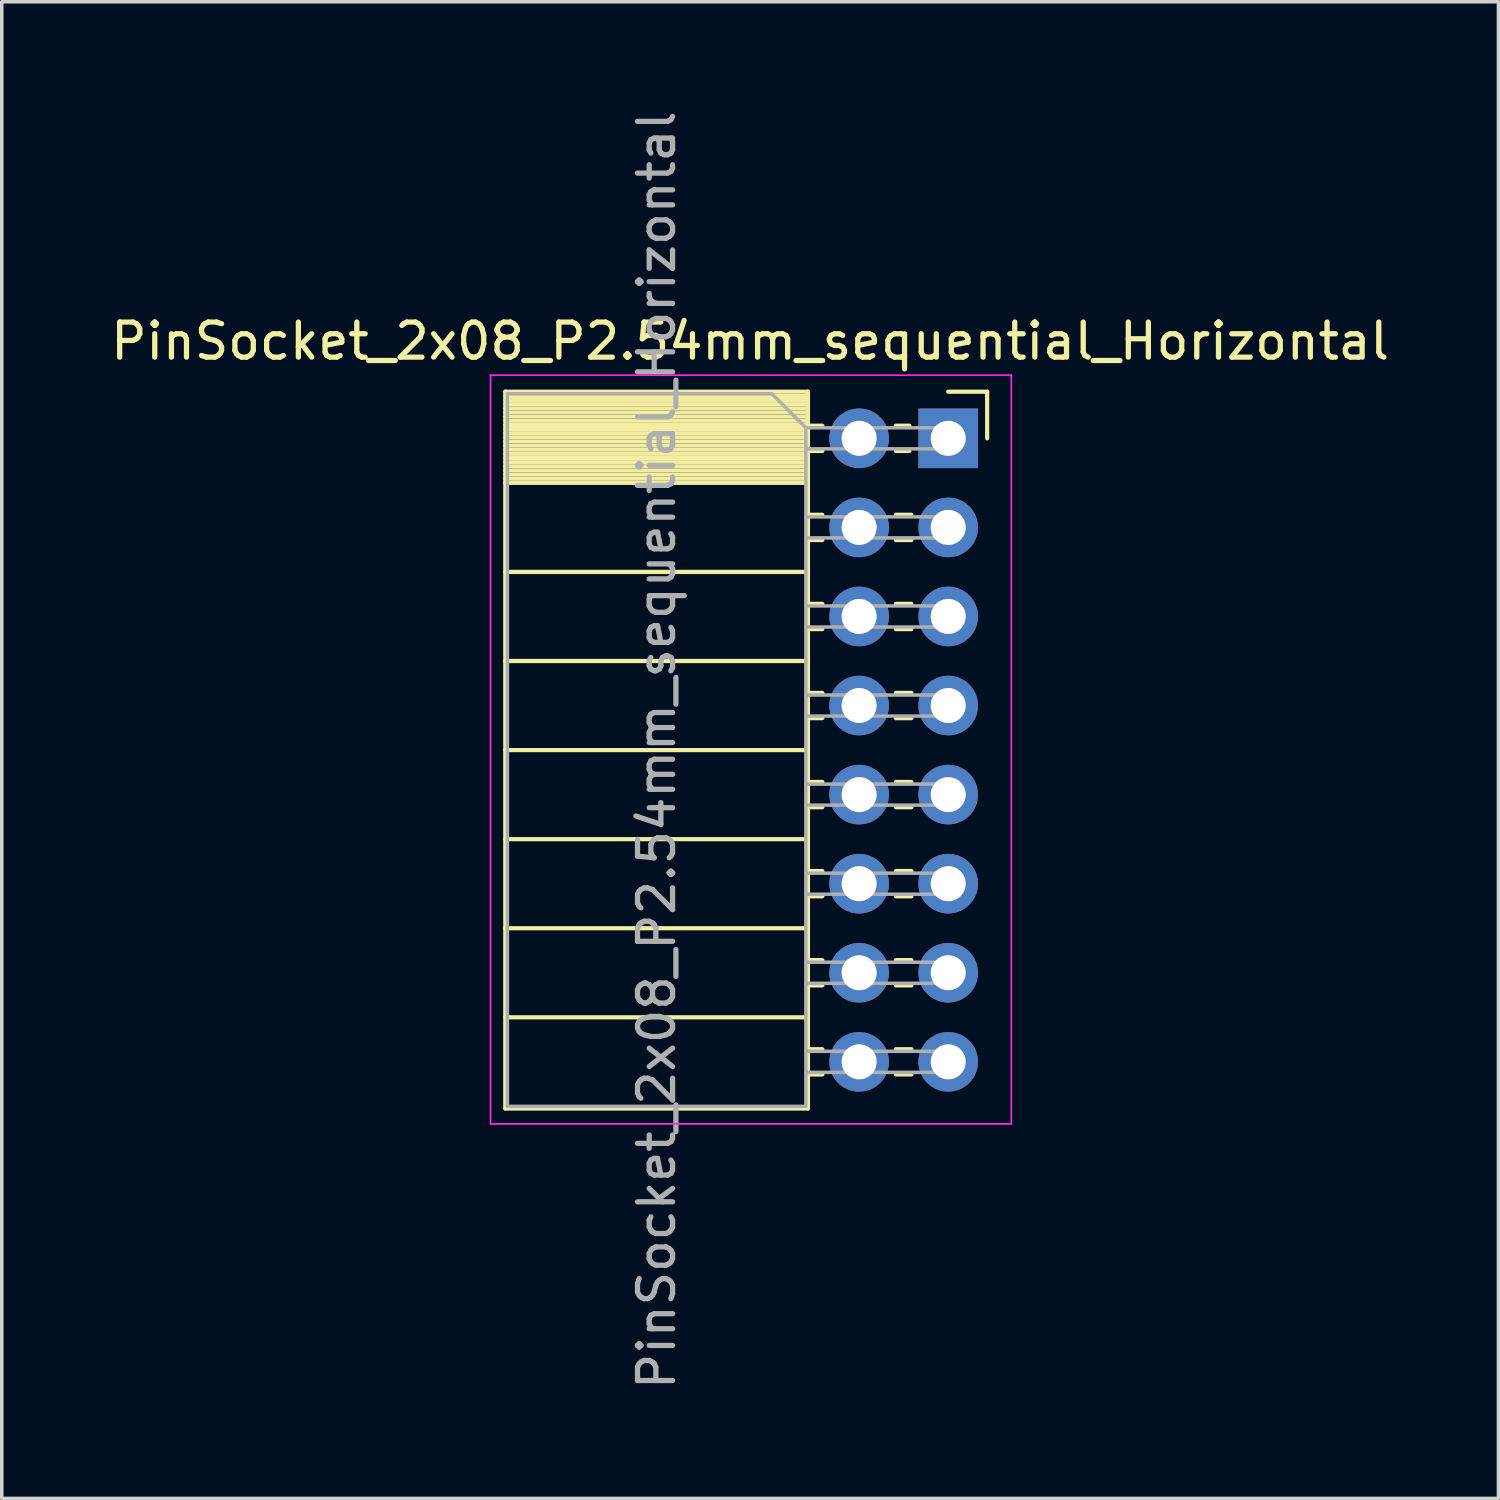
<source format=kicad_pcb>
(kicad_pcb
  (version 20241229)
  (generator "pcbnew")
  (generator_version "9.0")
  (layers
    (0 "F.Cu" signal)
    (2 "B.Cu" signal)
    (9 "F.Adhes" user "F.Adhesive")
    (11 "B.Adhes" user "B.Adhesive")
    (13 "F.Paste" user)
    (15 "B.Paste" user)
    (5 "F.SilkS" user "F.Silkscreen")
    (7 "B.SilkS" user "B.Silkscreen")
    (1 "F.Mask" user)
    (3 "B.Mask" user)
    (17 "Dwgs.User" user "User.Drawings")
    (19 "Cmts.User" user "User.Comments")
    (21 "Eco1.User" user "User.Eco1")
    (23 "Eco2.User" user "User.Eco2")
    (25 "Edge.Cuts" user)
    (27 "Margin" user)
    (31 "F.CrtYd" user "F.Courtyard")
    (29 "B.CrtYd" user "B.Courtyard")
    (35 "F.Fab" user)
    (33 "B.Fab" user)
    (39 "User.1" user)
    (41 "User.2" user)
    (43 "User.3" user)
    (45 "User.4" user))
  (footprint "PinSocket_2x08_P2.54mm_sequential_Horizontal"
    (layer "F.Cu")
    (at 23.989 9.449)
    (property "Reference" "PinSocket_2x08_P2.54mm_sequential_Horizontal" (at -5.65 -2.77 0) (layer "F.SilkS") (effects (font (size 1 1) (thickness 0.15))))
    (attr through_hole)
    (fp_line (start -12.63 -1.33) (end -12.63 19.11) (stroke (width 0.12) (type solid)) (layer "F.SilkS"))
    (fp_line (start -12.63 -1.33) (end -4 -1.33) (stroke (width 0.12) (type solid)) (layer "F.SilkS"))
    (fp_line (start -12.63 -1.21) (end -4 -1.21) (stroke (width 0.12) (type solid)) (layer "F.SilkS"))
    (fp_line (start -12.63 -1.092) (end -4 -1.092) (stroke (width 0.12) (type solid)) (layer "F.SilkS"))
    (fp_line (start -12.63 -0.974) (end -4 -0.974) (stroke (width 0.12) (type solid)) (layer "F.SilkS"))
    (fp_line (start -12.63 -0.856) (end -4 -0.856) (stroke (width 0.12) (type solid)) (layer "F.SilkS"))
    (fp_line (start -12.63 -0.738) (end -4 -0.738) (stroke (width 0.12) (type solid)) (layer "F.SilkS"))
    (fp_line (start -12.63 -0.62) (end -4 -0.62) (stroke (width 0.12) (type solid)) (layer "F.SilkS"))
    (fp_line (start -12.63 -0.501) (end -4 -0.501) (stroke (width 0.12) (type solid)) (layer "F.SilkS"))
    (fp_line (start -12.63 -0.383) (end -4 -0.383) (stroke (width 0.12) (type solid)) (layer "F.SilkS"))
    (fp_line (start -12.63 -0.265) (end -4 -0.265) (stroke (width 0.12) (type solid)) (layer "F.SilkS"))
    (fp_line (start -12.63 -0.147) (end -4 -0.147) (stroke (width 0.12) (type solid)) (layer "F.SilkS"))
    (fp_line (start -12.63 -0.029) (end -4 -0.029) (stroke (width 0.12) (type solid)) (layer "F.SilkS"))
    (fp_line (start -12.63 0.089) (end -4 0.089) (stroke (width 0.12) (type solid)) (layer "F.SilkS"))
    (fp_line (start -12.63 0.207) (end -4 0.207) (stroke (width 0.12) (type solid)) (layer "F.SilkS"))
    (fp_line (start -12.63 0.325) (end -4 0.325) (stroke (width 0.12) (type solid)) (layer "F.SilkS"))
    (fp_line (start -12.63 0.443) (end -4 0.443) (stroke (width 0.12) (type solid)) (layer "F.SilkS"))
    (fp_line (start -12.63 0.561) (end -4 0.561) (stroke (width 0.12) (type solid)) (layer "F.SilkS"))
    (fp_line (start -12.63 0.68) (end -4 0.68) (stroke (width 0.12) (type solid)) (layer "F.SilkS"))
    (fp_line (start -12.63 0.798) (end -4 0.798) (stroke (width 0.12) (type solid)) (layer "F.SilkS"))
    (fp_line (start -12.63 0.916) (end -4 0.916) (stroke (width 0.12) (type solid)) (layer "F.SilkS"))
    (fp_line (start -12.63 1.034) (end -4 1.034) (stroke (width 0.12) (type solid)) (layer "F.SilkS"))
    (fp_line (start -12.63 1.152) (end -4 1.152) (stroke (width 0.12) (type solid)) (layer "F.SilkS"))
    (fp_line (start -12.63 1.27) (end -4 1.27) (stroke (width 0.12) (type solid)) (layer "F.SilkS"))
    (fp_line (start -12.63 3.81) (end -4 3.81) (stroke (width 0.12) (type solid)) (layer "F.SilkS"))
    (fp_line (start -12.63 6.35) (end -4 6.35) (stroke (width 0.12) (type solid)) (layer "F.SilkS"))
    (fp_line (start -12.63 8.89) (end -4 8.89) (stroke (width 0.12) (type solid)) (layer "F.SilkS"))
    (fp_line (start -12.63 11.43) (end -4 11.43) (stroke (width 0.12) (type solid)) (layer "F.SilkS"))
    (fp_line (start -12.63 13.97) (end -4 13.97) (stroke (width 0.12) (type solid)) (layer "F.SilkS"))
    (fp_line (start -12.63 16.51) (end -4 16.51) (stroke (width 0.12) (type solid)) (layer "F.SilkS"))
    (fp_line (start -12.63 19.11) (end -4 19.11) (stroke (width 0.12) (type solid)) (layer "F.SilkS"))
    (fp_line (start -4 -1.33) (end -4 19.11) (stroke (width 0.12) (type solid)) (layer "F.SilkS"))
    (fp_line (start -4 -0.36) (end -3.59 -0.36) (stroke (width 0.12) (type solid)) (layer "F.SilkS"))
    (fp_line (start -4 0.36) (end -3.59 0.36) (stroke (width 0.12) (type solid)) (layer "F.SilkS"))
    (fp_line (start -4 2.18) (end -3.59 2.18) (stroke (width 0.12) (type solid)) (layer "F.SilkS"))
    (fp_line (start -4 2.9) (end -3.59 2.9) (stroke (width 0.12) (type solid)) (layer "F.SilkS"))
    (fp_line (start -4 4.72) (end -3.59 4.72) (stroke (width 0.12) (type solid)) (layer "F.SilkS"))
    (fp_line (start -4 5.44) (end -3.59 5.44) (stroke (width 0.12) (type solid)) (layer "F.SilkS"))
    (fp_line (start -4 7.26) (end -3.59 7.26) (stroke (width 0.12) (type solid)) (layer "F.SilkS"))
    (fp_line (start -4 7.98) (end -3.59 7.98) (stroke (width 0.12) (type solid)) (layer "F.SilkS"))
    (fp_line (start -4 9.8) (end -3.59 9.8) (stroke (width 0.12) (type solid)) (layer "F.SilkS"))
    (fp_line (start -4 10.52) (end -3.59 10.52) (stroke (width 0.12) (type solid)) (layer "F.SilkS"))
    (fp_line (start -4 12.34) (end -3.59 12.34) (stroke (width 0.12) (type solid)) (layer "F.SilkS"))
    (fp_line (start -4 13.06) (end -3.59 13.06) (stroke (width 0.12) (type solid)) (layer "F.SilkS"))
    (fp_line (start -4 14.88) (end -3.59 14.88) (stroke (width 0.12) (type solid)) (layer "F.SilkS"))
    (fp_line (start -4 15.6) (end -3.59 15.6) (stroke (width 0.12) (type solid)) (layer "F.SilkS"))
    (fp_line (start -4 17.42) (end -3.59 17.42) (stroke (width 0.12) (type solid)) (layer "F.SilkS"))
    (fp_line (start -4 18.14) (end -3.59 18.14) (stroke (width 0.12) (type solid)) (layer "F.SilkS"))
    (fp_line (start -1.49 -0.36) (end -1.11 -0.36) (stroke (width 0.12) (type solid)) (layer "F.SilkS"))
    (fp_line (start -1.49 0.36) (end -1.11 0.36) (stroke (width 0.12) (type solid)) (layer "F.SilkS"))
    (fp_line (start -1.49 2.18) (end -1.05 2.18) (stroke (width 0.12) (type solid)) (layer "F.SilkS"))
    (fp_line (start -1.49 2.9) (end -1.05 2.9) (stroke (width 0.12) (type solid)) (layer "F.SilkS"))
    (fp_line (start -1.49 4.72) (end -1.05 4.72) (stroke (width 0.12) (type solid)) (layer "F.SilkS"))
    (fp_line (start -1.49 5.44) (end -1.05 5.44) (stroke (width 0.12) (type solid)) (layer "F.SilkS"))
    (fp_line (start -1.49 7.26) (end -1.05 7.26) (stroke (width 0.12) (type solid)) (layer "F.SilkS"))
    (fp_line (start -1.49 7.98) (end -1.05 7.98) (stroke (width 0.12) (type solid)) (layer "F.SilkS"))
    (fp_line (start -1.49 9.8) (end -1.05 9.8) (stroke (width 0.12) (type solid)) (layer "F.SilkS"))
    (fp_line (start -1.49 10.52) (end -1.05 10.52) (stroke (width 0.12) (type solid)) (layer "F.SilkS"))
    (fp_line (start -1.49 12.34) (end -1.05 12.34) (stroke (width 0.12) (type solid)) (layer "F.SilkS"))
    (fp_line (start -1.49 13.06) (end -1.05 13.06) (stroke (width 0.12) (type solid)) (layer "F.SilkS"))
    (fp_line (start -1.49 14.88) (end -1.05 14.88) (stroke (width 0.12) (type solid)) (layer "F.SilkS"))
    (fp_line (start -1.49 15.6) (end -1.05 15.6) (stroke (width 0.12) (type solid)) (layer "F.SilkS"))
    (fp_line (start -1.49 17.42) (end -1.05 17.42) (stroke (width 0.12) (type solid)) (layer "F.SilkS"))
    (fp_line (start -1.49 18.14) (end -1.05 18.14) (stroke (width 0.12) (type solid)) (layer "F.SilkS"))
    (fp_line (start 0 -1.33) (end 1.11 -1.33) (stroke (width 0.12) (type solid)) (layer "F.SilkS"))
    (fp_line (start 1.11 -1.33) (end 1.11 0) (stroke (width 0.12) (type solid)) (layer "F.SilkS"))
    (fp_line (start -13.05 -1.8) (end -13.05 19.55) (stroke (width 0.05) (type solid)) (layer "F.CrtYd"))
    (fp_line (start -13.05 19.55) (end 1.8 19.55) (stroke (width 0.05) (type solid)) (layer "F.CrtYd"))
    (fp_line (start 1.8 -1.8) (end -13.05 -1.8) (stroke (width 0.05) (type solid)) (layer "F.CrtYd"))
    (fp_line (start 1.8 19.55) (end 1.8 -1.8) (stroke (width 0.05) (type solid)) (layer "F.CrtYd"))
    (fp_line (start -12.57 -1.27) (end -5.03 -1.27) (stroke (width 0.1) (type solid)) (layer "F.Fab"))
    (fp_line (start -12.57 19.05) (end -12.57 -1.27) (stroke (width 0.1) (type solid)) (layer "F.Fab"))
    (fp_line (start -5.03 -1.27) (end -4.06 -0.3) (stroke (width 0.1) (type solid)) (layer "F.Fab"))
    (fp_line (start -4.06 -0.3) (end -4.06 19.05) (stroke (width 0.1) (type solid)) (layer "F.Fab"))
    (fp_line (start -4.06 0.3) (end 0 0.3) (stroke (width 0.1) (type solid)) (layer "F.Fab"))
    (fp_line (start -4.06 2.84) (end 0 2.84) (stroke (width 0.1) (type solid)) (layer "F.Fab"))
    (fp_line (start -4.06 5.38) (end 0 5.38) (stroke (width 0.1) (type solid)) (layer "F.Fab"))
    (fp_line (start -4.06 7.92) (end 0 7.92) (stroke (width 0.1) (type solid)) (layer "F.Fab"))
    (fp_line (start -4.06 10.46) (end 0 10.46) (stroke (width 0.1) (type solid)) (layer "F.Fab"))
    (fp_line (start -4.06 13) (end 0 13) (stroke (width 0.1) (type solid)) (layer "F.Fab"))
    (fp_line (start -4.06 15.54) (end 0 15.54) (stroke (width 0.1) (type solid)) (layer "F.Fab"))
    (fp_line (start -4.06 18.08) (end 0 18.08) (stroke (width 0.1) (type solid)) (layer "F.Fab"))
    (fp_line (start -4.06 19.05) (end -12.57 19.05) (stroke (width 0.1) (type solid)) (layer "F.Fab"))
    (fp_line (start 0 -0.3) (end -4.06 -0.3) (stroke (width 0.1) (type solid)) (layer "F.Fab"))
    (fp_line (start 0 0.3) (end 0 -0.3) (stroke (width 0.1) (type solid)) (layer "F.Fab"))
    (fp_line (start 0 2.24) (end -4.06 2.24) (stroke (width 0.1) (type solid)) (layer "F.Fab"))
    (fp_line (start 0 2.84) (end 0 2.24) (stroke (width 0.1) (type solid)) (layer "F.Fab"))
    (fp_line (start 0 4.78) (end -4.06 4.78) (stroke (width 0.1) (type solid)) (layer "F.Fab"))
    (fp_line (start 0 5.38) (end 0 4.78) (stroke (width 0.1) (type solid)) (layer "F.Fab"))
    (fp_line (start 0 7.32) (end -4.06 7.32) (stroke (width 0.1) (type solid)) (layer "F.Fab"))
    (fp_line (start 0 7.92) (end 0 7.32) (stroke (width 0.1) (type solid)) (layer "F.Fab"))
    (fp_line (start 0 9.86) (end -4.06 9.86) (stroke (width 0.1) (type solid)) (layer "F.Fab"))
    (fp_line (start 0 10.46) (end 0 9.86) (stroke (width 0.1) (type solid)) (layer "F.Fab"))
    (fp_line (start 0 12.4) (end -4.06 12.4) (stroke (width 0.1) (type solid)) (layer "F.Fab"))
    (fp_line (start 0 13) (end 0 12.4) (stroke (width 0.1) (type solid)) (layer "F.Fab"))
    (fp_line (start 0 14.94) (end -4.06 14.94) (stroke (width 0.1) (type solid)) (layer "F.Fab"))
    (fp_line (start 0 15.54) (end 0 14.94) (stroke (width 0.1) (type solid)) (layer "F.Fab"))
    (fp_line (start 0 17.48) (end -4.06 17.48) (stroke (width 0.1) (type solid)) (layer "F.Fab"))
    (fp_line (start 0 18.08) (end 0 17.48) (stroke (width 0.1) (type solid)) (layer "F.Fab"))
    (fp_text user "${REFERENCE}" (at -8.315 8.89 90) (layer "F.Fab") (effects (font (size 1 1) (thickness 0.15))))
    (pad "1" thru_hole rect (at 0 0) (size 1.7 1.7) (drill 1) (layers "*.Cu" "*.Mask"))
    (pad "2" thru_hole oval (at 0 2.54) (size 1.7 1.7) (drill 1) (layers "*.Cu" "*.Mask"))
    (pad "3" thru_hole oval (at 0 5.08) (size 1.7 1.7) (drill 1) (layers "*.Cu" "*.Mask"))
    (pad "4" thru_hole oval (at 0 7.62) (size 1.7 1.7) (drill 1) (layers "*.Cu" "*.Mask"))
    (pad "5" thru_hole oval (at 0 10.16) (size 1.7 1.7) (drill 1) (layers "*.Cu" "*.Mask"))
    (pad "6" thru_hole oval (at 0 12.7) (size 1.7 1.7) (drill 1) (layers "*.Cu" "*.Mask"))
    (pad "7" thru_hole oval (at 0 15.24) (size 1.7 1.7) (drill 1) (layers "*.Cu" "*.Mask"))
    (pad "8" thru_hole oval (at 0 17.78) (size 1.7 1.7) (drill 1) (layers "*.Cu" "*.Mask"))
    (pad "9" thru_hole oval (at -2.54 0) (size 1.7 1.7) (drill 1) (layers "*.Cu" "*.Mask"))
    (pad "10" thru_hole oval (at -2.54 2.54) (size 1.7 1.7) (drill 1) (layers "*.Cu" "*.Mask"))
    (pad "11" thru_hole oval (at -2.54 5.08) (size 1.7 1.7) (drill 1) (layers "*.Cu" "*.Mask"))
    (pad "12" thru_hole oval (at -2.54 7.62) (size 1.7 1.7) (drill 1) (layers "*.Cu" "*.Mask"))
    (pad "13" thru_hole oval (at -2.54 10.16) (size 1.7 1.7) (drill 1) (layers "*.Cu" "*.Mask"))
    (pad "14" thru_hole oval (at -2.54 12.7) (size 1.7 1.7) (drill 1) (layers "*.Cu" "*.Mask"))
    (pad "15" thru_hole oval (at -2.54 15.24) (size 1.7 1.7) (drill 1) (layers "*.Cu" "*.Mask"))
    (pad "16" thru_hole oval (at -2.54 17.78) (size 1.7 1.7) (drill 1) (layers "*.Cu" "*.Mask")))
  (gr_rect
    (start -3 -3)
    (end 39.679 39.679)
    (stroke (width 0.1) (type default))
    (fill no)
    (layer "Edge.Cuts")))
</source>
